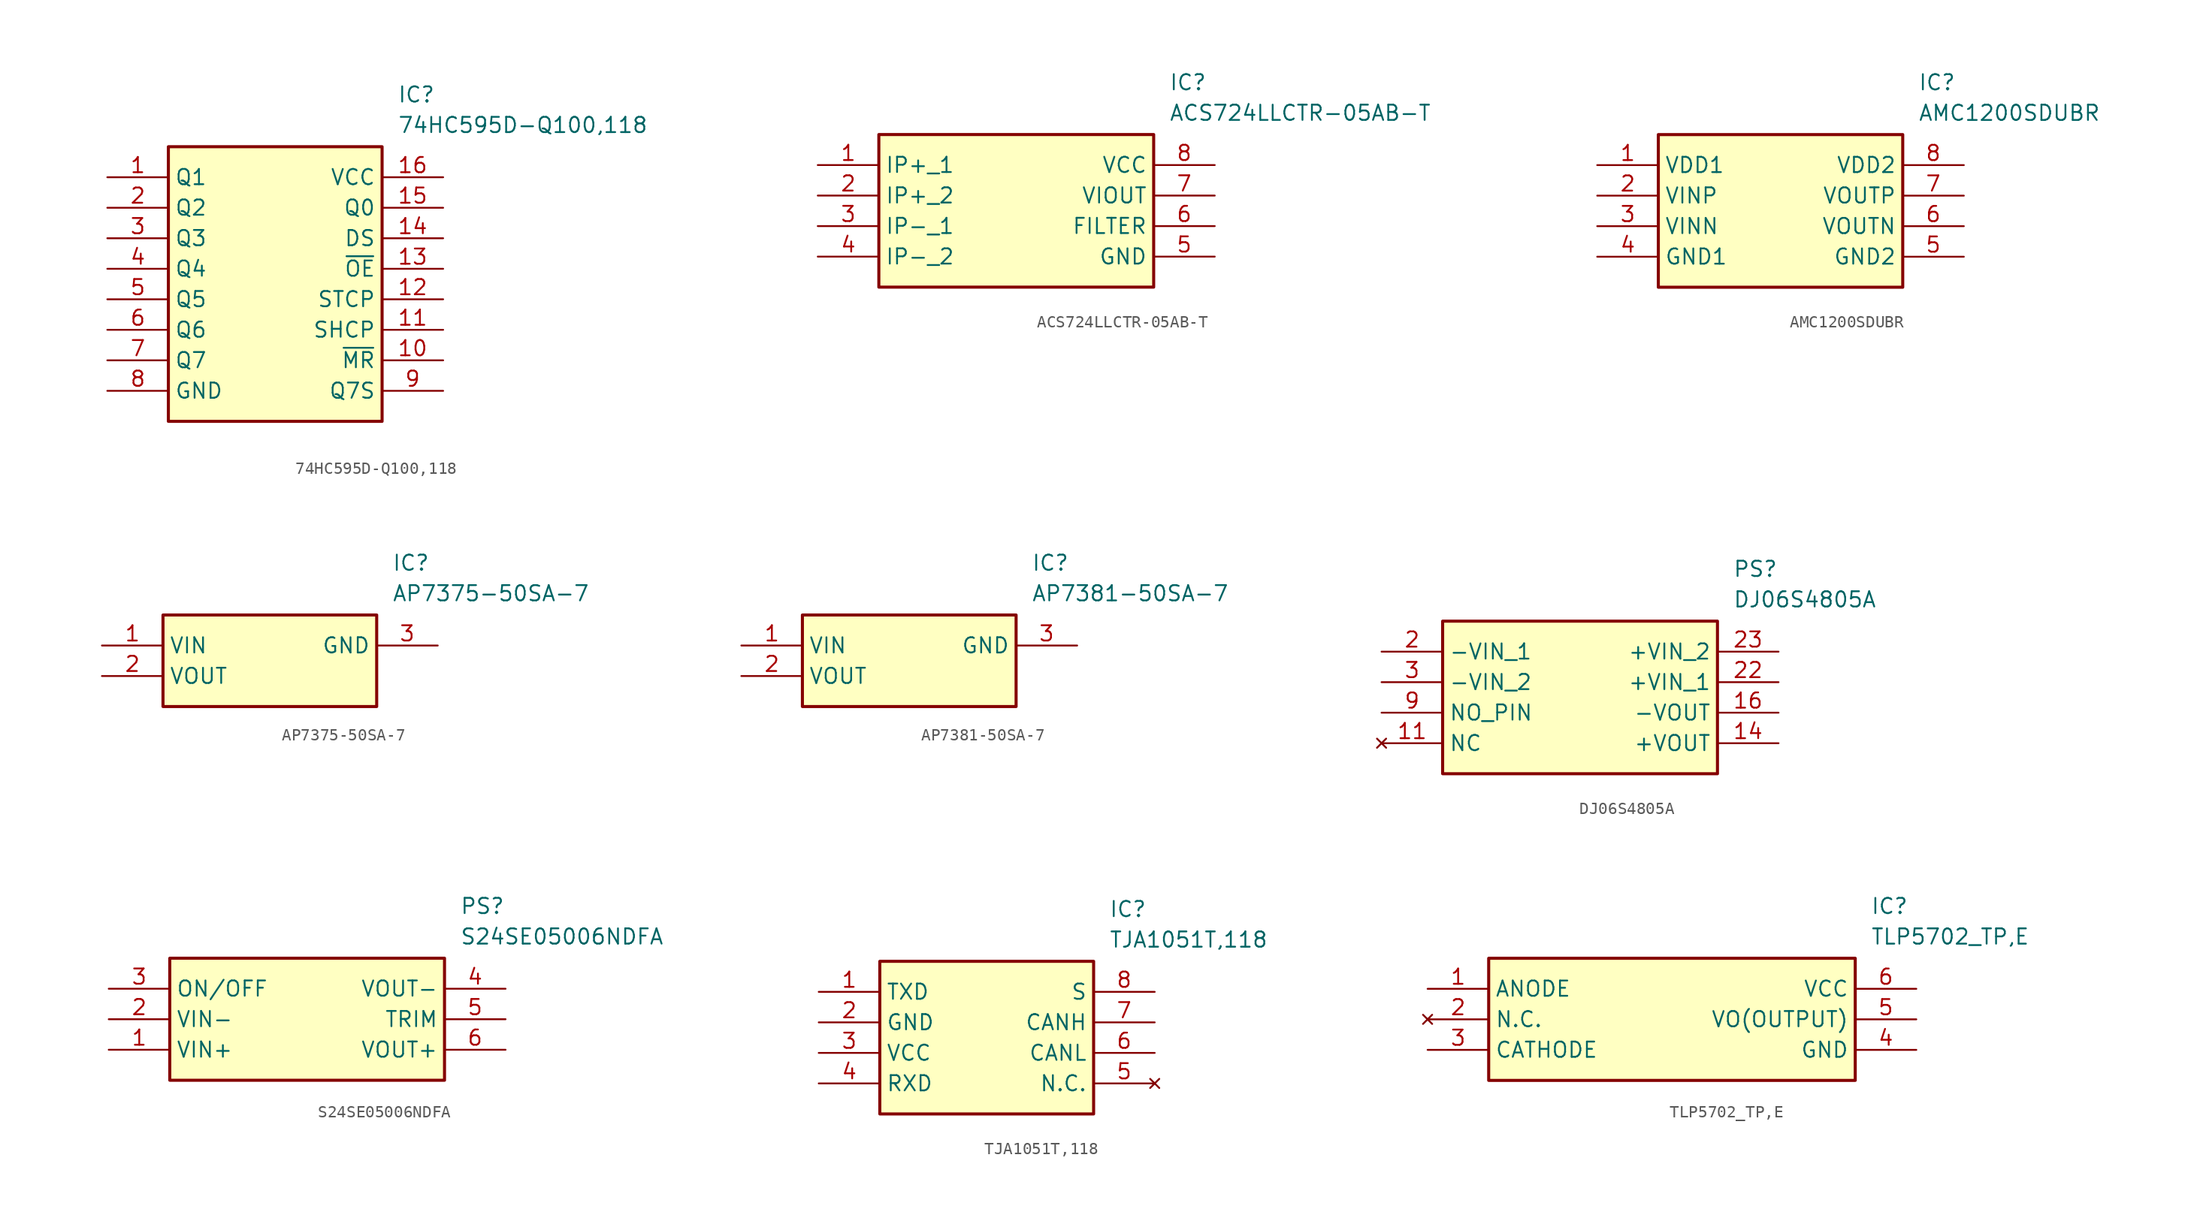
<source format=kicad_sym>
(kicad_symbol_lib
  (version 20220914)
  (generator SamacSys_ECAD_Model)
  (symbol "74HC595D-Q100,118"
    (property "Reference" "IC"
      (at 24.13 7.62 0)
      (effects (font (size 1.27 1.27)) (justify left top)))
    (property "Value" "74HC595D-Q100,118"
      (at 24.13 5.08 0)
      (effects (font (size 1.27 1.27)) (justify left top)))
    (rectangle
      (start 5.08 2.54)
      (end 22.86 -20.32)
      (stroke (width 0.254) (type default))
      (fill (type background)))
    (pin passive line
      (at 0 0 0)
      (length 5.08)
      (name "Q1" (effects (font (size 1.27 1.27))))
      (number "1" (effects (font (size 1.27 1.27)))))
    (pin passive line
      (at 0 -2.54 0)
      (length 5.08)
      (name "Q2" (effects (font (size 1.27 1.27))))
      (number "2" (effects (font (size 1.27 1.27)))))
    (pin passive line
      (at 0 -5.08 0)
      (length 5.08)
      (name "Q3" (effects (font (size 1.27 1.27))))
      (number "3" (effects (font (size 1.27 1.27)))))
    (pin passive line
      (at 0 -7.62 0)
      (length 5.08)
      (name "Q4" (effects (font (size 1.27 1.27))))
      (number "4" (effects (font (size 1.27 1.27)))))
    (pin passive line
      (at 0 -10.16 0)
      (length 5.08)
      (name "Q5" (effects (font (size 1.27 1.27))))
      (number "5" (effects (font (size 1.27 1.27)))))
    (pin passive line
      (at 0 -12.7 0)
      (length 5.08)
      (name "Q6" (effects (font (size 1.27 1.27))))
      (number "6" (effects (font (size 1.27 1.27)))))
    (pin passive line
      (at 0 -15.24 0)
      (length 5.08)
      (name "Q7" (effects (font (size 1.27 1.27))))
      (number "7" (effects (font (size 1.27 1.27)))))
    (pin passive line
      (at 0 -17.78 0)
      (length 5.08)
      (name "GND" (effects (font (size 1.27 1.27))))
      (number "8" (effects (font (size 1.27 1.27)))))
    (pin passive line
      (at 27.94 -17.78 180)
      (length 5.08)
      (name "Q7S" (effects (font (size 1.27 1.27))))
      (number "9" (effects (font (size 1.27 1.27)))))
    (pin passive line
      (at 27.94 -15.24 180)
      (length 5.08)
      (name "~{MR}" (effects (font (size 1.27 1.27))))
      (number "10" (effects (font (size 1.27 1.27)))))
    (pin passive line
      (at 27.94 -12.7 180)
      (length 5.08)
      (name "SHCP" (effects (font (size 1.27 1.27))))
      (number "11" (effects (font (size 1.27 1.27)))))
    (pin passive line
      (at 27.94 -10.16 180)
      (length 5.08)
      (name "STCP" (effects (font (size 1.27 1.27))))
      (number "12" (effects (font (size 1.27 1.27)))))
    (pin passive line
      (at 27.94 -7.62 180)
      (length 5.08)
      (name "~{OE}" (effects (font (size 1.27 1.27))))
      (number "13" (effects (font (size 1.27 1.27)))))
    (pin passive line
      (at 27.94 -5.08 180)
      (length 5.08)
      (name "DS" (effects (font (size 1.27 1.27))))
      (number "14" (effects (font (size 1.27 1.27)))))
    (pin passive line
      (at 27.94 -2.54 180)
      (length 5.08)
      (name "Q0" (effects (font (size 1.27 1.27))))
      (number "15" (effects (font (size 1.27 1.27)))))
    (pin passive line
      (at 27.94 0 180)
      (length 5.08)
      (name "VCC" (effects (font (size 1.27 1.27))))
      (number "16" (effects (font (size 1.27 1.27))))))
  (symbol "ACS724LLCTR-05AB-T"
    (property "Reference" "IC"
      (at 29.21 7.62 0)
      (effects (font (size 1.27 1.27)) (justify left top)))
    (property "Value" "ACS724LLCTR-05AB-T"
      (at 29.21 5.08 0)
      (effects (font (size 1.27 1.27)) (justify left top)))
    (rectangle
      (start 5.08 2.54)
      (end 27.94 -10.16)
      (stroke (width 0.254) (type default))
      (fill (type background)))
    (pin passive line
      (at 0 0 0)
      (length 5.08)
      (name "IP+_1" (effects (font (size 1.27 1.27))))
      (number "1" (effects (font (size 1.27 1.27)))))
    (pin passive line
      (at 0 -2.54 0)
      (length 5.08)
      (name "IP+_2" (effects (font (size 1.27 1.27))))
      (number "2" (effects (font (size 1.27 1.27)))))
    (pin passive line
      (at 0 -5.08 0)
      (length 5.08)
      (name "IP-_1" (effects (font (size 1.27 1.27))))
      (number "3" (effects (font (size 1.27 1.27)))))
    (pin passive line
      (at 0 -7.62 0)
      (length 5.08)
      (name "IP-_2" (effects (font (size 1.27 1.27))))
      (number "4" (effects (font (size 1.27 1.27)))))
    (pin passive line
      (at 33.02 0 180)
      (length 5.08)
      (name "VCC" (effects (font (size 1.27 1.27))))
      (number "8" (effects (font (size 1.27 1.27)))))
    (pin passive line
      (at 33.02 -2.54 180)
      (length 5.08)
      (name "VIOUT" (effects (font (size 1.27 1.27))))
      (number "7" (effects (font (size 1.27 1.27)))))
    (pin passive line
      (at 33.02 -5.08 180)
      (length 5.08)
      (name "FILTER" (effects (font (size 1.27 1.27))))
      (number "6" (effects (font (size 1.27 1.27)))))
    (pin passive line
      (at 33.02 -7.62 180)
      (length 5.08)
      (name "GND" (effects (font (size 1.27 1.27))))
      (number "5" (effects (font (size 1.27 1.27))))))
  (symbol "AMC1200SDUBR"
    (property "Reference" "IC"
      (at 26.67 7.62 0)
      (effects (font (size 1.27 1.27)) (justify left top)))
    (property "Value" "AMC1200SDUBR"
      (at 26.67 5.08 0)
      (effects (font (size 1.27 1.27)) (justify left top)))
    (rectangle
      (start 5.08 2.54)
      (end 25.4 -10.16)
      (stroke (width 0.254) (type default))
      (fill (type background)))
    (pin passive line
      (at 0 0 0)
      (length 5.08)
      (name "VDD1" (effects (font (size 1.27 1.27))))
      (number "1" (effects (font (size 1.27 1.27)))))
    (pin passive line
      (at 0 -2.54 0)
      (length 5.08)
      (name "VINP" (effects (font (size 1.27 1.27))))
      (number "2" (effects (font (size 1.27 1.27)))))
    (pin passive line
      (at 0 -5.08 0)
      (length 5.08)
      (name "VINN" (effects (font (size 1.27 1.27))))
      (number "3" (effects (font (size 1.27 1.27)))))
    (pin passive line
      (at 0 -7.62 0)
      (length 5.08)
      (name "GND1" (effects (font (size 1.27 1.27))))
      (number "4" (effects (font (size 1.27 1.27)))))
    (pin passive line
      (at 30.48 0 180)
      (length 5.08)
      (name "VDD2" (effects (font (size 1.27 1.27))))
      (number "8" (effects (font (size 1.27 1.27)))))
    (pin passive line
      (at 30.48 -2.54 180)
      (length 5.08)
      (name "VOUTP" (effects (font (size 1.27 1.27))))
      (number "7" (effects (font (size 1.27 1.27)))))
    (pin passive line
      (at 30.48 -5.08 180)
      (length 5.08)
      (name "VOUTN" (effects (font (size 1.27 1.27))))
      (number "6" (effects (font (size 1.27 1.27)))))
    (pin passive line
      (at 30.48 -7.62 180)
      (length 5.08)
      (name "GND2" (effects (font (size 1.27 1.27))))
      (number "5" (effects (font (size 1.27 1.27))))))
  (symbol "AP7375-50SA-7"
    (property "Reference" "IC"
      (at 24.13 7.62 0)
      (effects (font (size 1.27 1.27)) (justify left top)))
    (property "Value" "AP7375-50SA-7"
      (at 24.13 5.08 0)
      (effects (font (size 1.27 1.27)) (justify left top)))
    (rectangle
      (start 5.08 2.54)
      (end 22.86 -5.08)
      (stroke (width 0.254) (type default))
      (fill (type background)))
    (pin passive line
      (at 0 0 0)
      (length 5.08)
      (name "VIN" (effects (font (size 1.27 1.27))))
      (number "1" (effects (font (size 1.27 1.27)))))
    (pin passive line
      (at 0 -2.54 0)
      (length 5.08)
      (name "VOUT" (effects (font (size 1.27 1.27))))
      (number "2" (effects (font (size 1.27 1.27)))))
    (pin passive line
      (at 27.94 0 180)
      (length 5.08)
      (name "GND" (effects (font (size 1.27 1.27))))
      (number "3" (effects (font (size 1.27 1.27))))))
  (symbol "AP7381-50SA-7"
    (property "Reference" "IC"
      (at 24.13 7.62 0)
      (effects (font (size 1.27 1.27)) (justify left top)))
    (property "Value" "AP7381-50SA-7"
      (at 24.13 5.08 0)
      (effects (font (size 1.27 1.27)) (justify left top)))
    (rectangle
      (start 5.08 2.54)
      (end 22.86 -5.08)
      (stroke (width 0.254) (type default))
      (fill (type background)))
    (pin passive line
      (at 0 0 0)
      (length 5.08)
      (name "VIN" (effects (font (size 1.27 1.27))))
      (number "1" (effects (font (size 1.27 1.27)))))
    (pin passive line
      (at 0 -2.54 0)
      (length 5.08)
      (name "VOUT" (effects (font (size 1.27 1.27))))
      (number "2" (effects (font (size 1.27 1.27)))))
    (pin passive line
      (at 27.94 0 180)
      (length 5.08)
      (name "GND" (effects (font (size 1.27 1.27))))
      (number "3" (effects (font (size 1.27 1.27))))))
  (symbol "DJ06S4805A"
    (property "Reference" "PS"
      (at 29.21 7.62 0)
      (effects (font (size 1.27 1.27)) (justify left top)))
    (property "Value" "DJ06S4805A"
      (at 29.21 5.08 0)
      (effects (font (size 1.27 1.27)) (justify left top)))
    (rectangle
      (start 5.08 2.54)
      (end 27.94 -10.16)
      (stroke (width 0.254) (type default))
      (fill (type background)))
    (pin passive line
      (at 0 0 0)
      (length 5.08)
      (name "-VIN_1" (effects (font (size 1.27 1.27))))
      (number "2" (effects (font (size 1.27 1.27)))))
    (pin passive line
      (at 0 -2.54 0)
      (length 5.08)
      (name "-VIN_2" (effects (font (size 1.27 1.27))))
      (number "3" (effects (font (size 1.27 1.27)))))
    (pin passive line
      (at 0 -5.08 0)
      (length 5.08)
      (name "NO_PIN" (effects (font (size 1.27 1.27))))
      (number "9" (effects (font (size 1.27 1.27)))))
    (pin no_connect line
      (at 0 -7.62 0)
      (length 5.08)
      (name "NC" (effects (font (size 1.27 1.27))))
      (number "11" (effects (font (size 1.27 1.27)))))
    (pin passive line
      (at 33.02 -7.62 180)
      (length 5.08)
      (name "+VOUT" (effects (font (size 1.27 1.27))))
      (number "14" (effects (font (size 1.27 1.27)))))
    (pin passive line
      (at 33.02 -5.08 180)
      (length 5.08)
      (name "-VOUT" (effects (font (size 1.27 1.27))))
      (number "16" (effects (font (size 1.27 1.27)))))
    (pin passive line
      (at 33.02 -2.54 180)
      (length 5.08)
      (name "+VIN_1" (effects (font (size 1.27 1.27))))
      (number "22" (effects (font (size 1.27 1.27)))))
    (pin passive line
      (at 33.02 0 180)
      (length 5.08)
      (name "+VIN_2" (effects (font (size 1.27 1.27))))
      (number "23" (effects (font (size 1.27 1.27))))))
  (symbol "S24SE05006NDFA"
    (property "Reference" "PS"
      (at 29.21 7.62 0)
      (effects (font (size 1.27 1.27)) (justify left top)))
    (property "Value" "S24SE05006NDFA"
      (at 29.21 5.08 0)
      (effects (font (size 1.27 1.27)) (justify left top)))
    (rectangle
      (start 5.08 2.54)
      (end 27.94 -7.62)
      (stroke (width 0.254) (type default))
      (fill (type background)))
    (pin passive line
      (at 0 -5.08 0)
      (length 5.08)
      (name "VIN+" (effects (font (size 1.27 1.27))))
      (number "1" (effects (font (size 1.27 1.27)))))
    (pin passive line
      (at 0 -2.54 0)
      (length 5.08)
      (name "VIN-" (effects (font (size 1.27 1.27))))
      (number "2" (effects (font (size 1.27 1.27)))))
    (pin passive line
      (at 0 0 0)
      (length 5.08)
      (name "ON/OFF" (effects (font (size 1.27 1.27))))
      (number "3" (effects (font (size 1.27 1.27)))))
    (pin passive line
      (at 33.02 0 180)
      (length 5.08)
      (name "VOUT-" (effects (font (size 1.27 1.27))))
      (number "4" (effects (font (size 1.27 1.27)))))
    (pin passive line
      (at 33.02 -2.54 180)
      (length 5.08)
      (name "TRIM" (effects (font (size 1.27 1.27))))
      (number "5" (effects (font (size 1.27 1.27)))))
    (pin passive line
      (at 33.02 -5.08 180)
      (length 5.08)
      (name "VOUT+" (effects (font (size 1.27 1.27))))
      (number "6" (effects (font (size 1.27 1.27))))))
  (symbol "TJA1051T,118"
    (property "Reference" "IC"
      (at 24.13 7.62 0)
      (effects (font (size 1.27 1.27)) (justify left top)))
    (property "Value" "TJA1051T,118"
      (at 24.13 5.08 0)
      (effects (font (size 1.27 1.27)) (justify left top)))
    (rectangle
      (start 5.08 2.54)
      (end 22.86 -10.16)
      (stroke (width 0.254) (type default))
      (fill (type background)))
    (pin passive line
      (at 0 0 0)
      (length 5.08)
      (name "TXD" (effects (font (size 1.27 1.27))))
      (number "1" (effects (font (size 1.27 1.27)))))
    (pin passive line
      (at 0 -2.54 0)
      (length 5.08)
      (name "GND" (effects (font (size 1.27 1.27))))
      (number "2" (effects (font (size 1.27 1.27)))))
    (pin passive line
      (at 0 -5.08 0)
      (length 5.08)
      (name "VCC" (effects (font (size 1.27 1.27))))
      (number "3" (effects (font (size 1.27 1.27)))))
    (pin passive line
      (at 0 -7.62 0)
      (length 5.08)
      (name "RXD" (effects (font (size 1.27 1.27))))
      (number "4" (effects (font (size 1.27 1.27)))))
    (pin passive line
      (at 27.94 0 180)
      (length 5.08)
      (name "S" (effects (font (size 1.27 1.27))))
      (number "8" (effects (font (size 1.27 1.27)))))
    (pin passive line
      (at 27.94 -2.54 180)
      (length 5.08)
      (name "CANH" (effects (font (size 1.27 1.27))))
      (number "7" (effects (font (size 1.27 1.27)))))
    (pin passive line
      (at 27.94 -5.08 180)
      (length 5.08)
      (name "CANL" (effects (font (size 1.27 1.27))))
      (number "6" (effects (font (size 1.27 1.27)))))
    (pin no_connect line
      (at 27.94 -7.62 180)
      (length 5.08)
      (name "N.C." (effects (font (size 1.27 1.27))))
      (number "5" (effects (font (size 1.27 1.27))))))
  (symbol "TLP5702_TP,E"
    (property "Reference" "IC"
      (at 36.83 7.62 0)
      (effects (font (size 1.27 1.27)) (justify left top)))
    (property "Value" "TLP5702_TP,E"
      (at 36.83 5.08 0)
      (effects (font (size 1.27 1.27)) (justify left top)))
    (rectangle
      (start 5.08 2.54)
      (end 35.56 -7.62)
      (stroke (width 0.254) (type default))
      (fill (type background)))
    (pin passive line
      (at 0 0 0)
      (length 5.08)
      (name "ANODE" (effects (font (size 1.27 1.27))))
      (number "1" (effects (font (size 1.27 1.27)))))
    (pin no_connect line
      (at 0 -2.54 0)
      (length 5.08)
      (name "N.C." (effects (font (size 1.27 1.27))))
      (number "2" (effects (font (size 1.27 1.27)))))
    (pin passive line
      (at 0 -5.08 0)
      (length 5.08)
      (name "CATHODE" (effects (font (size 1.27 1.27))))
      (number "3" (effects (font (size 1.27 1.27)))))
    (pin passive line
      (at 40.64 0 180)
      (length 5.08)
      (name "VCC" (effects (font (size 1.27 1.27))))
      (number "6" (effects (font (size 1.27 1.27)))))
    (pin passive line
      (at 40.64 -2.54 180)
      (length 5.08)
      (name "VO(OUTPUT)" (effects (font (size 1.27 1.27))))
      (number "5" (effects (font (size 1.27 1.27)))))
    (pin passive line
      (at 40.64 -5.08 180)
      (length 5.08)
      (name "GND" (effects (font (size 1.27 1.27))))
      (number "4" (effects (font (size 1.27 1.27)))))))
</source>
